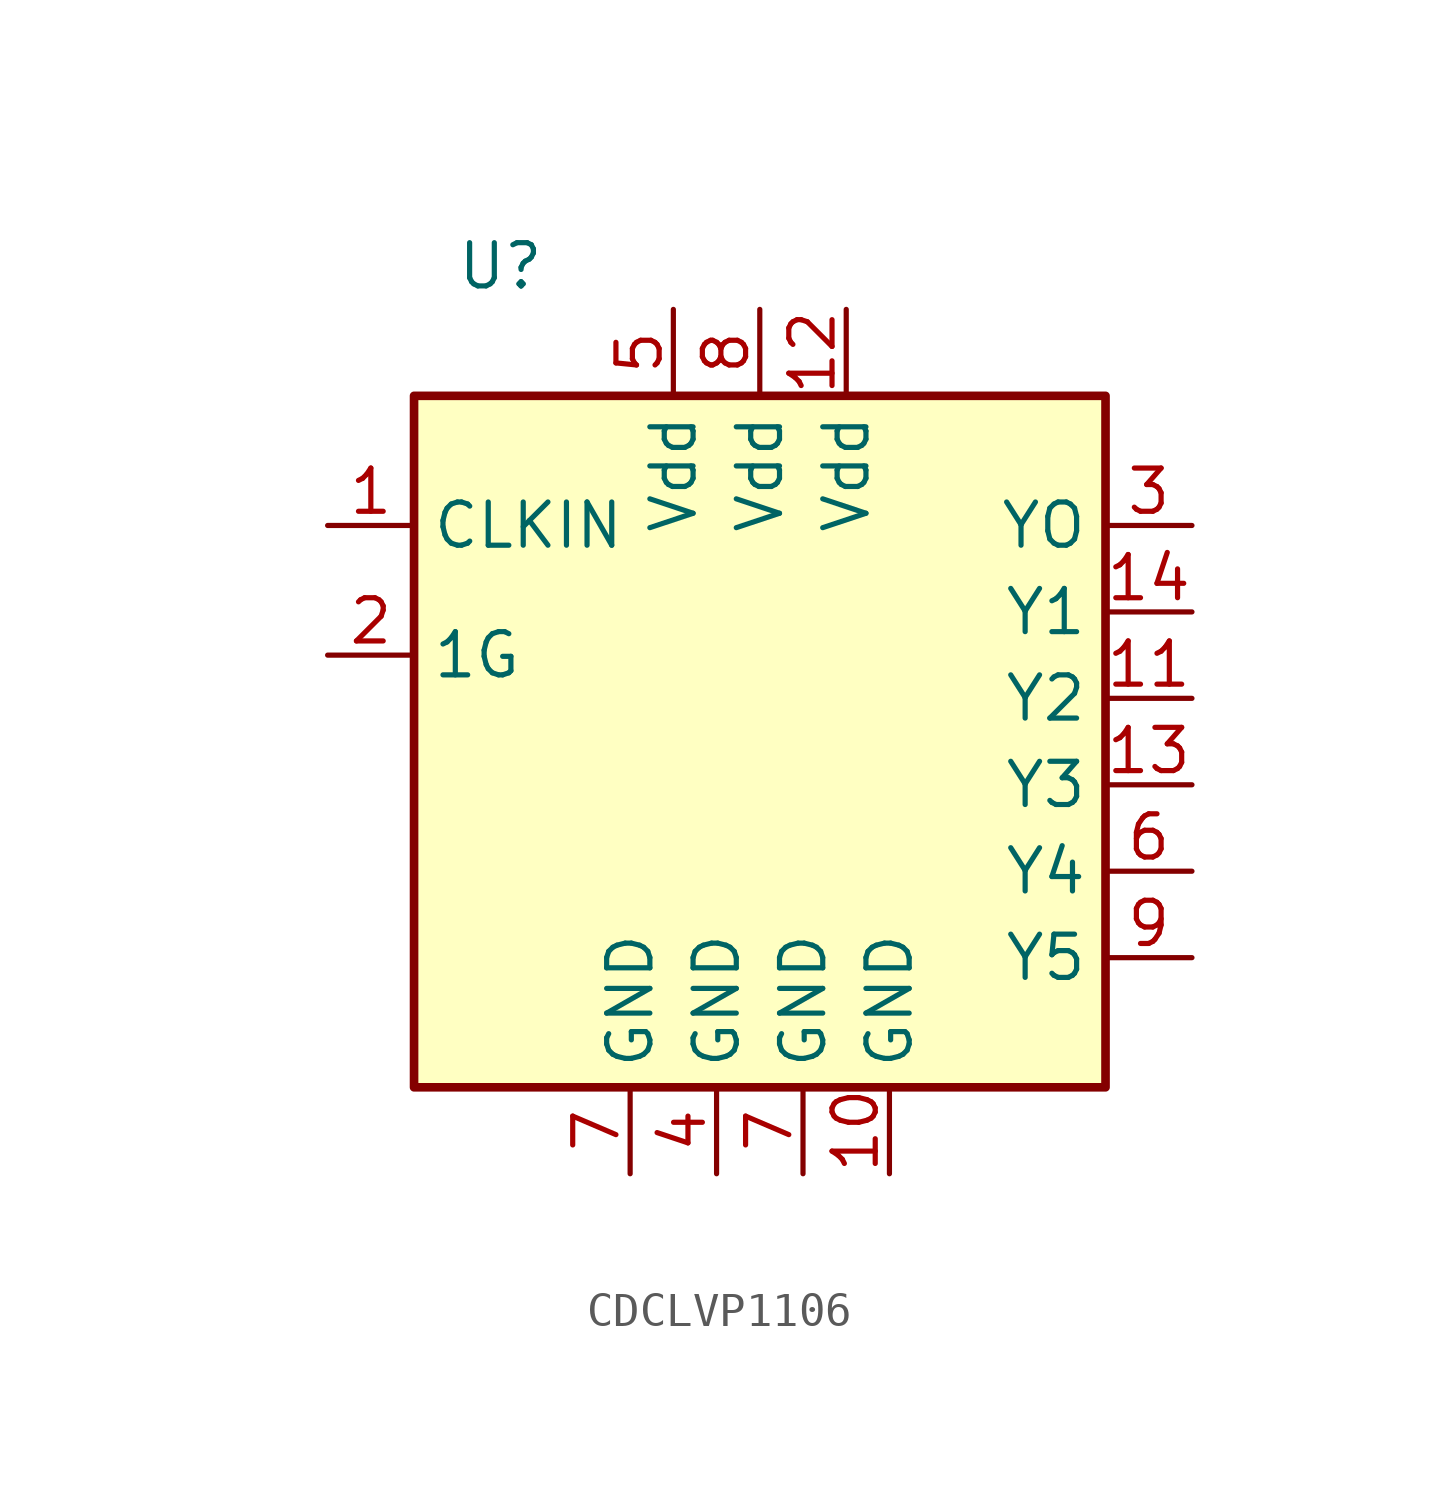
<source format=kicad_sym>
(kicad_symbol_lib
  (version 20220914)
  (generator kicad_symbol_editor)
  (symbol "CDCLVP1106"
    (property "Reference" "U"
      (at -7.62 13.97 0)
      (effects (font (size 1.27 1.27))))
    (property "Value" ""
      (at -15.24 8.89 0)
      (effects (font (size 1.27 1.27))))
    (symbol "CDCLVP1106_0_0"
      (pin input line (at -12.7 6.35 0) (length 2.54) (name "CLKIN" (effects (font (size 1.27 1.27)))) (number "1" (effects (font (size 1.27 1.27)))))
      (pin power_in line (at 3.81 -12.7 90) (length 2.54) (name "GND" (effects (font (size 1.27 1.27)))) (number "10" (effects (font (size 1.27 1.27)))))
      (pin output line (at 12.7 1.27 180) (length 2.54) (name "Y2" (effects (font (size 1.27 1.27)))) (number "11" (effects (font (size 1.27 1.27)))))
      (pin power_in line (at 2.54 12.7 270) (length 2.54) (name "Vdd" (effects (font (size 1.27 1.27)))) (number "12" (effects (font (size 1.27 1.27)))))
      (pin output line (at 12.7 -1.27 180) (length 2.54) (name "Y3" (effects (font (size 1.27 1.27)))) (number "13" (effects (font (size 1.27 1.27)))))
      (pin output line (at 12.7 3.81 180) (length 2.54) (name "Y1" (effects (font (size 1.27 1.27)))) (number "14" (effects (font (size 1.27 1.27)))))
      (pin input line (at -12.7 2.54 0) (length 2.54) (name "1G" (effects (font (size 1.27 1.27)))) (number "2" (effects (font (size 1.27 1.27)))))
      (pin output line (at 12.7 6.35 180) (length 2.54) (name "YO" (effects (font (size 1.27 1.27)))) (number "3" (effects (font (size 1.27 1.27)))))
      (pin power_in line (at -1.27 -12.7 90) (length 2.54) (name "GND" (effects (font (size 1.27 1.27)))) (number "4" (effects (font (size 1.27 1.27)))))
      (pin power_in line (at -2.54 12.7 270) (length 2.54) (name "Vdd" (effects (font (size 1.27 1.27)))) (number "5" (effects (font (size 1.27 1.27)))))
      (pin output line (at 12.7 -3.81 180) (length 2.54) (name "Y4" (effects (font (size 1.27 1.27)))) (number "6" (effects (font (size 1.27 1.27)))))
      (pin power_in line (at -3.81 -12.7 90) (length 2.54) (name "GND" (effects (font (size 1.27 1.27)))) (number "7" (effects (font (size 1.27 1.27)))))
      (pin power_in line (at 1.27 -12.7 90) (length 2.54) (name "GND" (effects (font (size 1.27 1.27)))) (number "7" (effects (font (size 1.27 1.27)))))
      (pin power_in line (at 0 12.7 270) (length 2.54) (name "Vdd" (effects (font (size 1.27 1.27)))) (number "8" (effects (font (size 1.27 1.27)))))
      (pin output line (at 12.7 -6.35 180) (length 2.54) (name "Y5" (effects (font (size 1.27 1.27)))) (number "9" (effects (font (size 1.27 1.27))))))
    (symbol "CDCLVP1106_0_1"
      (rectangle (start -10.16 10.16) (end 10.16 -10.16) (stroke (width 0.254) (type default)) (fill (type background))))))
</source>
